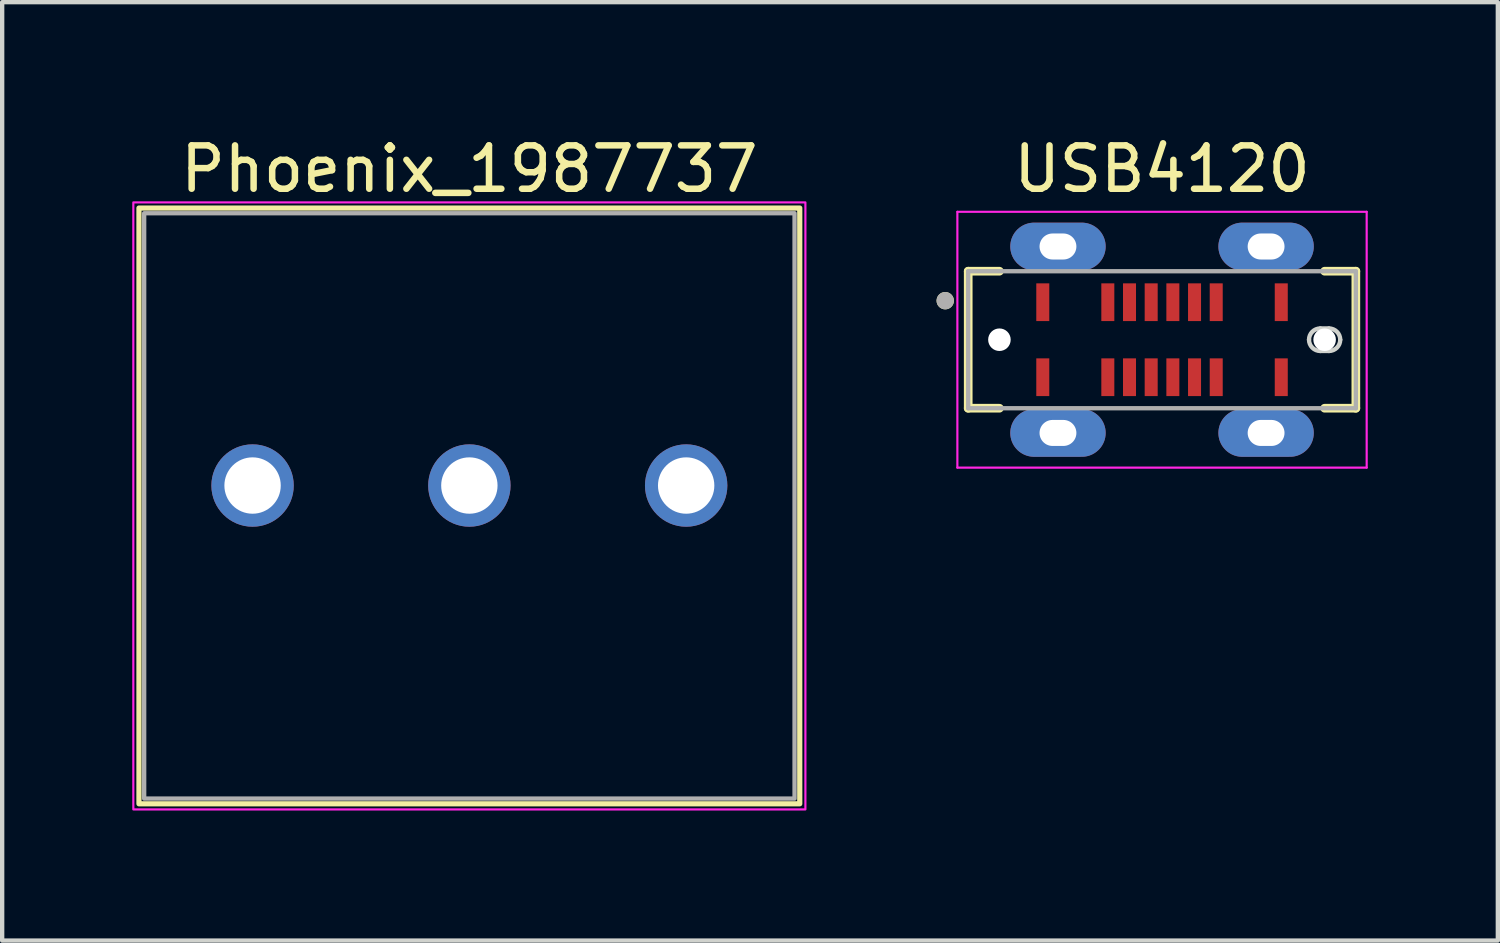
<source format=kicad_pcb>
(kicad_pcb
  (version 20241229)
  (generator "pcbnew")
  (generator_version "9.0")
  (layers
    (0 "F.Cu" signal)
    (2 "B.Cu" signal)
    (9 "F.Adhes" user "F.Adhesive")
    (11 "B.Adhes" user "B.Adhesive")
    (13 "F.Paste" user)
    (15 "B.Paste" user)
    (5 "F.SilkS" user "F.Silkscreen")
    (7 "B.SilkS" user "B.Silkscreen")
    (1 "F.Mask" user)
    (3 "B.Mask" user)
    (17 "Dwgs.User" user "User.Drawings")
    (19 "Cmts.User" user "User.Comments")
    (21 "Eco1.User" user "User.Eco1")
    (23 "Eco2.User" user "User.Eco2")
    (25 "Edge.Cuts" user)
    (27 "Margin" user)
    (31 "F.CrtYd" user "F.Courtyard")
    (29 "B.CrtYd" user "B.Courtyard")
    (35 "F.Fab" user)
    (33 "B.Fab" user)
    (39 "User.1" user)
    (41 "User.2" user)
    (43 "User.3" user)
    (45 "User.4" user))
  (footprint "USB4120"
    (layer "F.Cu")
    (at 23.75 4.785)
    (property "Reference" "USB4120" (at 0 -3.937 0) (layer "F.SilkS") (effects (font (size 1 1) (thickness 0.15))))
    (attr through_hole)
    (fp_line (start -4.47 -1.58) (end -4.47 1.58) (stroke (width 0.2) (type solid)) (layer "F.SilkS"))
    (fp_line (start -4.47 1.58) (end -3.75 1.58) (stroke (width 0.2) (type solid)) (layer "F.SilkS"))
    (fp_line (start -3.75 -1.58) (end -4.47 -1.58) (stroke (width 0.2) (type solid)) (layer "F.SilkS"))
    (fp_line (start 3.75 -1.58) (end 4.47 -1.58) (stroke (width 0.2) (type solid)) (layer "F.SilkS"))
    (fp_line (start 4.47 -1.58) (end 4.47 1.58) (stroke (width 0.2) (type solid)) (layer "F.SilkS"))
    (fp_line (start 4.47 1.58) (end 3.75 1.58) (stroke (width 0.2) (type solid)) (layer "F.SilkS"))
    (fp_circle (center -5 -0.9) (end -4.9 -0.9) (stroke (width 0.2) (type solid)) (fill no) (layer "F.SilkS"))
    (fp_line (start 3.65 -0.26) (end 3.85 -0.26) (stroke (width 0.1) (type solid)) (layer "Edge.Cuts"))
    (fp_line (start 3.85 0.26) (end 3.65 0.26) (stroke (width 0.1) (type solid)) (layer "Edge.Cuts"))
    (fp_arc (start 3.39 0) (mid 3.466152 -0.183848) (end 3.65 -0.26) (stroke (width 0.1) (type solid)) (layer "Edge.Cuts"))
    (fp_arc (start 3.65 0.26) (mid 3.466152 0.183848) (end 3.39 0) (stroke (width 0.1) (type solid)) (layer "Edge.Cuts"))
    (fp_arc (start 3.85 -0.26) (mid 4.033848 -0.183848) (end 4.11 0) (stroke (width 0.1) (type solid)) (layer "Edge.Cuts"))
    (fp_arc (start 4.11 0) (mid 4.033848 0.183848) (end 3.85 0.26) (stroke (width 0.1) (type solid)) (layer "Edge.Cuts"))
    (fp_line (start -4.72 -2.95) (end 4.72 -2.95) (stroke (width 0.05) (type solid)) (layer "F.CrtYd"))
    (fp_line (start -4.72 2.95) (end -4.72 -2.95) (stroke (width 0.05) (type solid)) (layer "F.CrtYd"))
    (fp_line (start 4.72 -2.95) (end 4.72 2.95) (stroke (width 0.05) (type solid)) (layer "F.CrtYd"))
    (fp_line (start 4.72 2.95) (end -4.72 2.95) (stroke (width 0.05) (type solid)) (layer "F.CrtYd"))
    (fp_line (start -4.47 -1.58) (end 4.47 -1.58) (stroke (width 0.1) (type solid)) (layer "F.Fab"))
    (fp_line (start -4.47 1.58) (end -4.47 -1.58) (stroke (width 0.1) (type solid)) (layer "F.Fab"))
    (fp_line (start 4.47 -1.58) (end 4.47 1.58) (stroke (width 0.1) (type solid)) (layer "F.Fab"))
    (fp_line (start 4.47 1.58) (end -4.47 1.58) (stroke (width 0.1) (type solid)) (layer "F.Fab"))
    (fp_circle (center -5 -0.9) (end -4.9 -0.9) (stroke (width 0.2) (type solid)) (fill no) (layer "F.Fab"))
    (pad "" np_thru_hole circle (at -3.75 0) (size 0.52 0.52) (drill 0.52) (layers "*.Cu" "*.Mask"))
    (pad "" np_thru_hole circle (at 3.75 0) (size 0.52 0.52) (drill 0.52) (layers "*.Cu" "*.Mask"))
    (pad "A1" smd rect (at -2.75 -0.865) (size 0.3 0.87) (layers "F.Cu" "F.Mask" "F.Paste"))
    (pad "A4" smd rect (at -1.25 -0.865) (size 0.3 0.87) (layers "F.Cu" "F.Mask" "F.Paste"))
    (pad "A5" smd rect (at -0.75 -0.865) (size 0.3 0.87) (layers "F.Cu" "F.Mask" "F.Paste"))
    (pad "A6" smd rect (at -0.25 -0.865) (size 0.3 0.87) (layers "F.Cu" "F.Mask" "F.Paste"))
    (pad "A7" smd rect (at 0.25 -0.865) (size 0.3 0.87) (layers "F.Cu" "F.Mask" "F.Paste"))
    (pad "A8" smd rect (at 0.75 -0.865) (size 0.3 0.87) (layers "F.Cu" "F.Mask" "F.Paste"))
    (pad "A9" smd rect (at 1.25 -0.865) (size 0.3 0.87) (layers "F.Cu" "F.Mask" "F.Paste"))
    (pad "A12" smd rect (at 2.75 -0.865) (size 0.3 0.87) (layers "F.Cu" "F.Mask" "F.Paste"))
    (pad "B1" smd rect (at 2.75 0.865) (size 0.3 0.87) (layers "F.Cu" "F.Mask" "F.Paste"))
    (pad "B4" smd rect (at 1.25 0.865) (size 0.3 0.87) (layers "F.Cu" "F.Mask" "F.Paste"))
    (pad "B5" smd rect (at 0.75 0.865) (size 0.3 0.87) (layers "F.Cu" "F.Mask" "F.Paste"))
    (pad "B6" smd rect (at 0.25 0.865) (size 0.3 0.87) (layers "F.Cu" "F.Mask" "F.Paste"))
    (pad "B7" smd rect (at -0.25 0.865) (size 0.3 0.87) (layers "F.Cu" "F.Mask" "F.Paste"))
    (pad "B8" smd rect (at -0.75 0.865) (size 0.3 0.87) (layers "F.Cu" "F.Mask" "F.Paste"))
    (pad "B9" smd rect (at -1.25 0.865) (size 0.3 0.87) (layers "F.Cu" "F.Mask" "F.Paste"))
    (pad "B12" smd rect (at -2.75 0.865) (size 0.3 0.87) (layers "F.Cu" "F.Mask" "F.Paste"))
    (pad "S1" thru_hole oval (at -2.4 -2.15) (size 2.2 1.1) (drill oval 0.85 0.6) (layers "*.Cu" "*.Mask"))
    (pad "S2" thru_hole oval (at -2.4 2.15) (size 2.2 1.1) (drill oval 0.85 0.6) (layers "*.Cu" "*.Mask"))
    (pad "S3" thru_hole oval (at 2.4 -2.15) (size 2.2 1.1) (drill oval 0.85 0.6) (layers "*.Cu" "*.Mask"))
    (pad "S4" thru_hole oval (at 2.4 2.15) (size 2.2 1.1) (drill oval 0.85 0.6) (layers "*.Cu" "*.Mask")))
  (footprint "Phoenix_1987737"
    (layer "F.Cu")
    (at 7.775 8.148)
    (property "Reference" "Phoenix_1987737" (at 0 -7.3 0) (unlocked yes) (layer "F.SilkS") (effects (font (size 1 1) (thickness 0.15))))
    (attr through_hole)
    (fp_rect (start -7.62 -6.4) (end 7.62 7.34) (stroke (width 0.12) (type solid)) (fill no) (layer "F.SilkS"))
    (fp_rect (start -7.75 -6.53) (end 7.75 7.47) (stroke (width 0.05) (type solid)) (fill no) (layer "F.CrtYd"))
    (fp_rect (start -7.5 -6.28) (end 7.5 7.22) (stroke (width 0.1) (type solid)) (fill no) (layer "F.Fab"))
    (pad "1" thru_hole circle (at -5 0) (size 1.9 1.9) (drill 1.3) (layers "*.Cu" "*.Mask"))
    (pad "2" thru_hole circle (at 0 0) (size 1.9 1.9) (drill 1.3) (layers "*.Cu" "*.Mask"))
    (pad "3" thru_hole circle (at 5 0) (size 1.9 1.9) (drill 1.3) (layers "*.Cu" "*.Mask")))
  (gr_rect
    (start -3 -3)
    (end 31.495 18.643)
    (stroke (width 0.1) (type default))
    (fill no)
    (layer "Edge.Cuts")))
</source>
